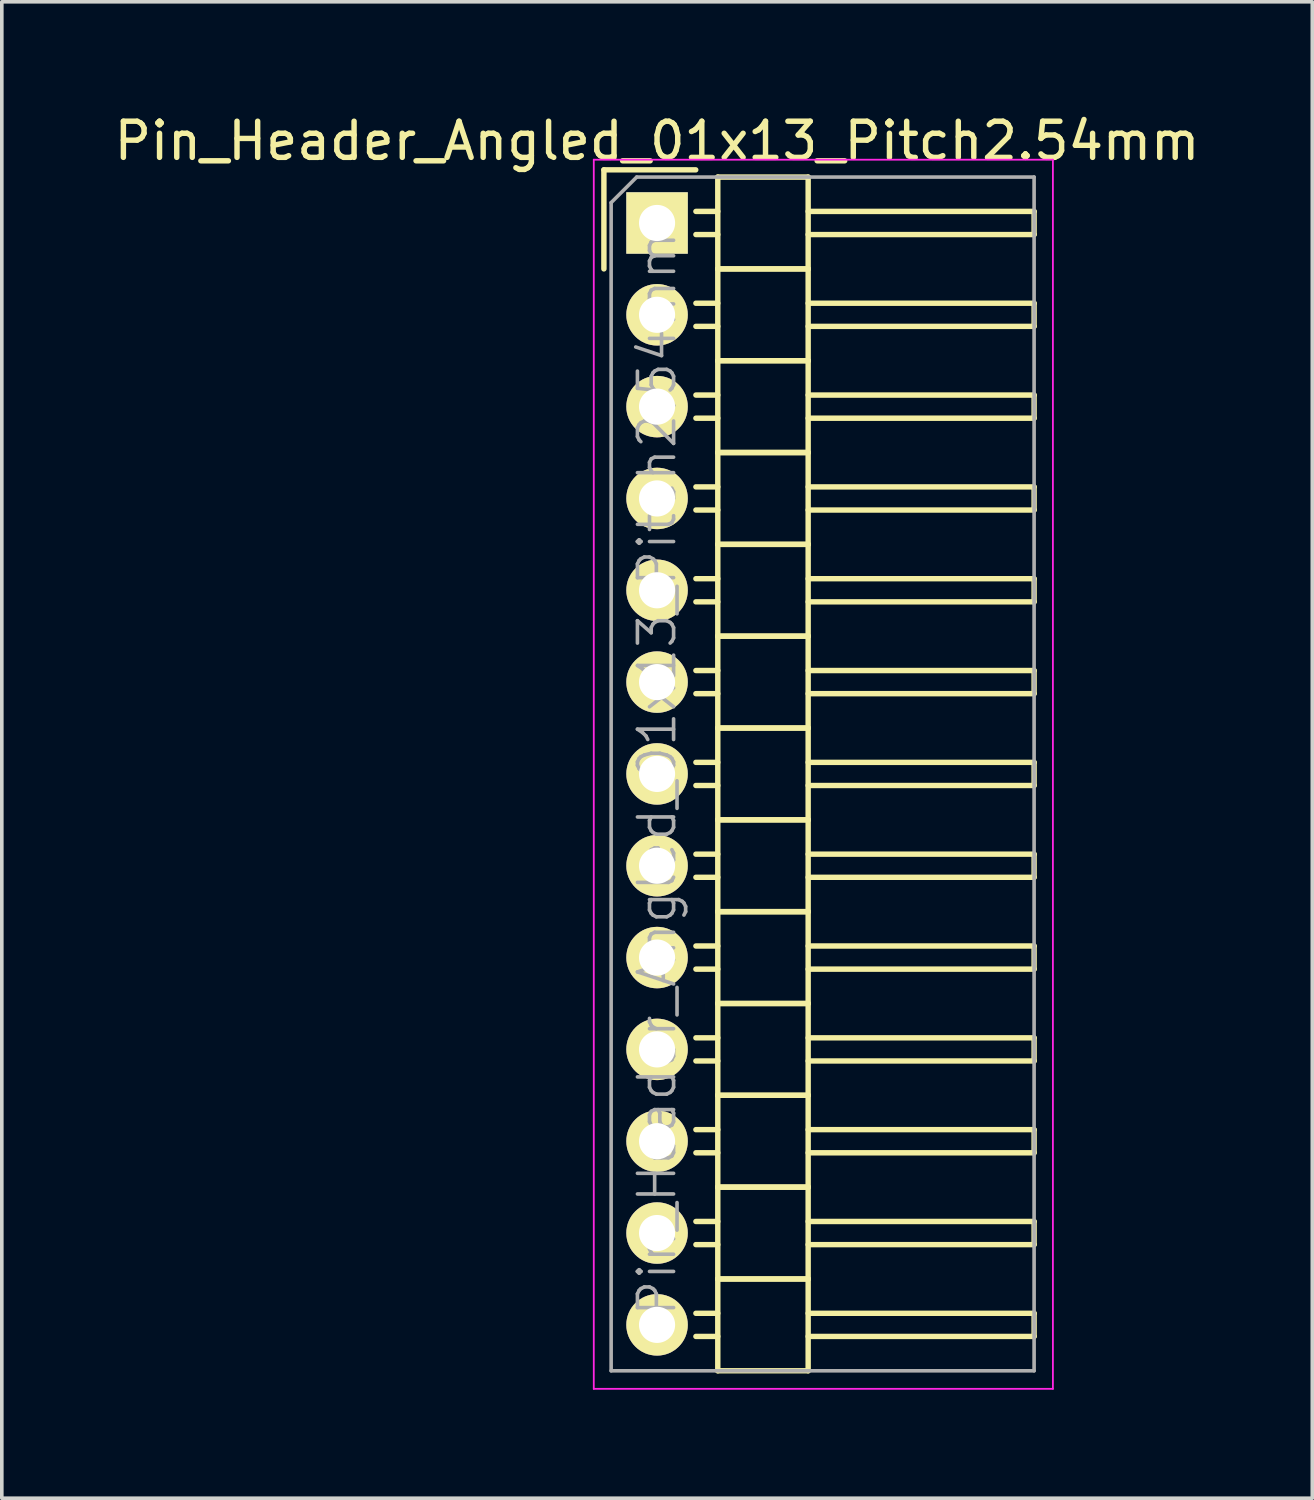
<source format=kicad_pcb>
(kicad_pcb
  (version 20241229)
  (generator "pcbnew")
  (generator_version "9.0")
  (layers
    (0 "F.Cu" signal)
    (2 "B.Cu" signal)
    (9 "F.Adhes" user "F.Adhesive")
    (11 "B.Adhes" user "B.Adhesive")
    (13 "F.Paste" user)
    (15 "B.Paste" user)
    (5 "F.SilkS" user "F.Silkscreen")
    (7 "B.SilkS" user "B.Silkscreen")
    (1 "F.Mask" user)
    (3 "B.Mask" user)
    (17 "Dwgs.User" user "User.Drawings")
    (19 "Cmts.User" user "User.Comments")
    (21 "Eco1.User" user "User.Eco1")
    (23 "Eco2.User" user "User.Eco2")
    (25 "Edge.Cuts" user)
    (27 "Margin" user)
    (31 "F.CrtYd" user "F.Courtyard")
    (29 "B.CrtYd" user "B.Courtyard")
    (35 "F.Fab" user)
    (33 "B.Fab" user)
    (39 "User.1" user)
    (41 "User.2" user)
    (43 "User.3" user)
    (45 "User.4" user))
  (footprint "Pin_Header_Angled_01x13_Pitch2.54mm"
    (layer "F.Cu")
    (at 15.125 3.118)
    (property "Reference" "Pin_Header_Angled_01x13_Pitch2.54mm" (at 0 -2.27 0) (layer "F.SilkS") (effects (font (size 1 1) (thickness 0.15))))
    (attr smd)
    (fp_line (start -1.47 -1.47) (end -1.47 1.27) (stroke (width 0.15) (type solid)) (layer "F.SilkS"))
    (fp_line (start -1.47 -1.47) (end 1.07 -1.47) (stroke (width 0.15) (type solid)) (layer "F.SilkS"))
    (fp_line (start 1.68 -0.32) (end 1.075 -0.32) (stroke (width 0.15) (type solid)) (layer "F.SilkS"))
    (fp_line (start 1.68 0.32) (end 1.075 0.32) (stroke (width 0.15) (type solid)) (layer "F.SilkS"))
    (fp_line (start 1.68 1.27) (end 1.68 -1.27) (stroke (width 0.15) (type solid)) (layer "F.SilkS"))
    (fp_line (start 1.68 2.22) (end 1.075 2.22) (stroke (width 0.15) (type solid)) (layer "F.SilkS"))
    (fp_line (start 1.68 2.86) (end 1.075 2.86) (stroke (width 0.15) (type solid)) (layer "F.SilkS"))
    (fp_line (start 1.68 3.81) (end 1.68 1.27) (stroke (width 0.15) (type solid)) (layer "F.SilkS"))
    (fp_line (start 1.68 4.76) (end 1.075 4.76) (stroke (width 0.15) (type solid)) (layer "F.SilkS"))
    (fp_line (start 1.68 5.4) (end 1.075 5.4) (stroke (width 0.15) (type solid)) (layer "F.SilkS"))
    (fp_line (start 1.68 6.35) (end 1.68 3.81) (stroke (width 0.15) (type solid)) (layer "F.SilkS"))
    (fp_line (start 1.68 7.3) (end 1.075 7.3) (stroke (width 0.15) (type solid)) (layer "F.SilkS"))
    (fp_line (start 1.68 7.94) (end 1.075 7.94) (stroke (width 0.15) (type solid)) (layer "F.SilkS"))
    (fp_line (start 1.68 8.89) (end 1.68 6.35) (stroke (width 0.15) (type solid)) (layer "F.SilkS"))
    (fp_line (start 1.68 9.84) (end 1.075 9.84) (stroke (width 0.15) (type solid)) (layer "F.SilkS"))
    (fp_line (start 1.68 10.48) (end 1.075 10.48) (stroke (width 0.15) (type solid)) (layer "F.SilkS"))
    (fp_line (start 1.68 11.43) (end 1.68 8.89) (stroke (width 0.15) (type solid)) (layer "F.SilkS"))
    (fp_line (start 1.68 12.38) (end 1.075 12.38) (stroke (width 0.15) (type solid)) (layer "F.SilkS"))
    (fp_line (start 1.68 13.02) (end 1.075 13.02) (stroke (width 0.15) (type solid)) (layer "F.SilkS"))
    (fp_line (start 1.68 13.97) (end 1.68 11.43) (stroke (width 0.15) (type solid)) (layer "F.SilkS"))
    (fp_line (start 1.68 14.92) (end 1.075 14.92) (stroke (width 0.15) (type solid)) (layer "F.SilkS"))
    (fp_line (start 1.68 15.56) (end 1.075 15.56) (stroke (width 0.15) (type solid)) (layer "F.SilkS"))
    (fp_line (start 1.68 16.51) (end 1.68 13.97) (stroke (width 0.15) (type solid)) (layer "F.SilkS"))
    (fp_line (start 1.68 17.46) (end 1.075 17.46) (stroke (width 0.15) (type solid)) (layer "F.SilkS"))
    (fp_line (start 1.68 18.1) (end 1.075 18.1) (stroke (width 0.15) (type solid)) (layer "F.SilkS"))
    (fp_line (start 1.68 19.05) (end 1.68 16.51) (stroke (width 0.15) (type solid)) (layer "F.SilkS"))
    (fp_line (start 1.68 20) (end 1.075 20) (stroke (width 0.15) (type solid)) (layer "F.SilkS"))
    (fp_line (start 1.68 20.64) (end 1.075 20.64) (stroke (width 0.15) (type solid)) (layer "F.SilkS"))
    (fp_line (start 1.68 21.59) (end 1.68 19.05) (stroke (width 0.15) (type solid)) (layer "F.SilkS"))
    (fp_line (start 1.68 22.54) (end 1.075 22.54) (stroke (width 0.15) (type solid)) (layer "F.SilkS"))
    (fp_line (start 1.68 23.18) (end 1.075 23.18) (stroke (width 0.15) (type solid)) (layer "F.SilkS"))
    (fp_line (start 1.68 24.13) (end 1.68 21.59) (stroke (width 0.15) (type solid)) (layer "F.SilkS"))
    (fp_line (start 1.68 25.08) (end 1.075 25.08) (stroke (width 0.15) (type solid)) (layer "F.SilkS"))
    (fp_line (start 1.68 25.72) (end 1.075 25.72) (stroke (width 0.15) (type solid)) (layer "F.SilkS"))
    (fp_line (start 1.68 26.67) (end 1.68 24.13) (stroke (width 0.15) (type solid)) (layer "F.SilkS"))
    (fp_line (start 1.68 27.62) (end 1.075 27.62) (stroke (width 0.15) (type solid)) (layer "F.SilkS"))
    (fp_line (start 1.68 28.26) (end 1.075 28.26) (stroke (width 0.15) (type solid)) (layer "F.SilkS"))
    (fp_line (start 1.68 29.21) (end 1.68 26.67) (stroke (width 0.15) (type solid)) (layer "F.SilkS"))
    (fp_line (start 1.68 30.16) (end 1.075 30.16) (stroke (width 0.15) (type solid)) (layer "F.SilkS"))
    (fp_line (start 1.68 30.8) (end 1.075 30.8) (stroke (width 0.15) (type solid)) (layer "F.SilkS"))
    (fp_line (start 1.68 31.75) (end 1.68 29.21) (stroke (width 0.15) (type solid)) (layer "F.SilkS"))
    (fp_line (start 4.18 -1.27) (end 1.68 -1.27) (stroke (width 0.15) (type solid)) (layer "F.SilkS"))
    (fp_line (start 4.18 -0.32) (end 10.43 -0.32) (stroke (width 0.15) (type solid)) (layer "F.SilkS"))
    (fp_line (start 4.18 0.32) (end 10.43 0.32) (stroke (width 0.15) (type solid)) (layer "F.SilkS"))
    (fp_line (start 4.18 1.27) (end 1.68 1.27) (stroke (width 0.15) (type solid)) (layer "F.SilkS"))
    (fp_line (start 4.18 1.27) (end 1.68 1.27) (stroke (width 0.15) (type solid)) (layer "F.SilkS"))
    (fp_line (start 4.18 1.27) (end 4.18 -1.27) (stroke (width 0.15) (type solid)) (layer "F.SilkS"))
    (fp_line (start 4.18 2.22) (end 10.43 2.22) (stroke (width 0.15) (type solid)) (layer "F.SilkS"))
    (fp_line (start 4.18 2.86) (end 10.43 2.86) (stroke (width 0.15) (type solid)) (layer "F.SilkS"))
    (fp_line (start 4.18 3.81) (end 1.68 3.81) (stroke (width 0.15) (type solid)) (layer "F.SilkS"))
    (fp_line (start 4.18 3.81) (end 1.68 3.81) (stroke (width 0.15) (type solid)) (layer "F.SilkS"))
    (fp_line (start 4.18 3.81) (end 4.18 1.27) (stroke (width 0.15) (type solid)) (layer "F.SilkS"))
    (fp_line (start 4.18 4.76) (end 10.43 4.76) (stroke (width 0.15) (type solid)) (layer "F.SilkS"))
    (fp_line (start 4.18 5.4) (end 10.43 5.4) (stroke (width 0.15) (type solid)) (layer "F.SilkS"))
    (fp_line (start 4.18 6.35) (end 1.68 6.35) (stroke (width 0.15) (type solid)) (layer "F.SilkS"))
    (fp_line (start 4.18 6.35) (end 1.68 6.35) (stroke (width 0.15) (type solid)) (layer "F.SilkS"))
    (fp_line (start 4.18 6.35) (end 4.18 3.81) (stroke (width 0.15) (type solid)) (layer "F.SilkS"))
    (fp_line (start 4.18 7.3) (end 10.43 7.3) (stroke (width 0.15) (type solid)) (layer "F.SilkS"))
    (fp_line (start 4.18 7.94) (end 10.43 7.94) (stroke (width 0.15) (type solid)) (layer "F.SilkS"))
    (fp_line (start 4.18 8.89) (end 1.68 8.89) (stroke (width 0.15) (type solid)) (layer "F.SilkS"))
    (fp_line (start 4.18 8.89) (end 1.68 8.89) (stroke (width 0.15) (type solid)) (layer "F.SilkS"))
    (fp_line (start 4.18 8.89) (end 4.18 6.35) (stroke (width 0.15) (type solid)) (layer "F.SilkS"))
    (fp_line (start 4.18 9.84) (end 10.43 9.84) (stroke (width 0.15) (type solid)) (layer "F.SilkS"))
    (fp_line (start 4.18 10.48) (end 10.43 10.48) (stroke (width 0.15) (type solid)) (layer "F.SilkS"))
    (fp_line (start 4.18 11.43) (end 1.68 11.43) (stroke (width 0.15) (type solid)) (layer "F.SilkS"))
    (fp_line (start 4.18 11.43) (end 1.68 11.43) (stroke (width 0.15) (type solid)) (layer "F.SilkS"))
    (fp_line (start 4.18 11.43) (end 4.18 8.89) (stroke (width 0.15) (type solid)) (layer "F.SilkS"))
    (fp_line (start 4.18 12.38) (end 10.43 12.38) (stroke (width 0.15) (type solid)) (layer "F.SilkS"))
    (fp_line (start 4.18 13.02) (end 10.43 13.02) (stroke (width 0.15) (type solid)) (layer "F.SilkS"))
    (fp_line (start 4.18 13.97) (end 1.68 13.97) (stroke (width 0.15) (type solid)) (layer "F.SilkS"))
    (fp_line (start 4.18 13.97) (end 1.68 13.97) (stroke (width 0.15) (type solid)) (layer "F.SilkS"))
    (fp_line (start 4.18 13.97) (end 4.18 11.43) (stroke (width 0.15) (type solid)) (layer "F.SilkS"))
    (fp_line (start 4.18 14.92) (end 10.43 14.92) (stroke (width 0.15) (type solid)) (layer "F.SilkS"))
    (fp_line (start 4.18 15.56) (end 10.43 15.56) (stroke (width 0.15) (type solid)) (layer "F.SilkS"))
    (fp_line (start 4.18 16.51) (end 1.68 16.51) (stroke (width 0.15) (type solid)) (layer "F.SilkS"))
    (fp_line (start 4.18 16.51) (end 1.68 16.51) (stroke (width 0.15) (type solid)) (layer "F.SilkS"))
    (fp_line (start 4.18 16.51) (end 4.18 13.97) (stroke (width 0.15) (type solid)) (layer "F.SilkS"))
    (fp_line (start 4.18 17.46) (end 10.43 17.46) (stroke (width 0.15) (type solid)) (layer "F.SilkS"))
    (fp_line (start 4.18 18.1) (end 10.43 18.1) (stroke (width 0.15) (type solid)) (layer "F.SilkS"))
    (fp_line (start 4.18 19.05) (end 1.68 19.05) (stroke (width 0.15) (type solid)) (layer "F.SilkS"))
    (fp_line (start 4.18 19.05) (end 1.68 19.05) (stroke (width 0.15) (type solid)) (layer "F.SilkS"))
    (fp_line (start 4.18 19.05) (end 4.18 16.51) (stroke (width 0.15) (type solid)) (layer "F.SilkS"))
    (fp_line (start 4.18 20) (end 10.43 20) (stroke (width 0.15) (type solid)) (layer "F.SilkS"))
    (fp_line (start 4.18 20.64) (end 10.43 20.64) (stroke (width 0.15) (type solid)) (layer "F.SilkS"))
    (fp_line (start 4.18 21.59) (end 1.68 21.59) (stroke (width 0.15) (type solid)) (layer "F.SilkS"))
    (fp_line (start 4.18 21.59) (end 1.68 21.59) (stroke (width 0.15) (type solid)) (layer "F.SilkS"))
    (fp_line (start 4.18 21.59) (end 4.18 19.05) (stroke (width 0.15) (type solid)) (layer "F.SilkS"))
    (fp_line (start 4.18 22.54) (end 10.43 22.54) (stroke (width 0.15) (type solid)) (layer "F.SilkS"))
    (fp_line (start 4.18 23.18) (end 10.43 23.18) (stroke (width 0.15) (type solid)) (layer "F.SilkS"))
    (fp_line (start 4.18 24.13) (end 1.68 24.13) (stroke (width 0.15) (type solid)) (layer "F.SilkS"))
    (fp_line (start 4.18 24.13) (end 1.68 24.13) (stroke (width 0.15) (type solid)) (layer "F.SilkS"))
    (fp_line (start 4.18 24.13) (end 4.18 21.59) (stroke (width 0.15) (type solid)) (layer "F.SilkS"))
    (fp_line (start 4.18 25.08) (end 10.43 25.08) (stroke (width 0.15) (type solid)) (layer "F.SilkS"))
    (fp_line (start 4.18 25.72) (end 10.43 25.72) (stroke (width 0.15) (type solid)) (layer "F.SilkS"))
    (fp_line (start 4.18 26.67) (end 1.68 26.67) (stroke (width 0.15) (type solid)) (layer "F.SilkS"))
    (fp_line (start 4.18 26.67) (end 1.68 26.67) (stroke (width 0.15) (type solid)) (layer "F.SilkS"))
    (fp_line (start 4.18 26.67) (end 4.18 24.13) (stroke (width 0.15) (type solid)) (layer "F.SilkS"))
    (fp_line (start 4.18 27.62) (end 10.43 27.62) (stroke (width 0.15) (type solid)) (layer "F.SilkS"))
    (fp_line (start 4.18 28.26) (end 10.43 28.26) (stroke (width 0.15) (type solid)) (layer "F.SilkS"))
    (fp_line (start 4.18 29.21) (end 1.68 29.21) (stroke (width 0.15) (type solid)) (layer "F.SilkS"))
    (fp_line (start 4.18 29.21) (end 1.68 29.21) (stroke (width 0.15) (type solid)) (layer "F.SilkS"))
    (fp_line (start 4.18 29.21) (end 4.18 26.67) (stroke (width 0.15) (type solid)) (layer "F.SilkS"))
    (fp_line (start 4.18 30.16) (end 10.43 30.16) (stroke (width 0.15) (type solid)) (layer "F.SilkS"))
    (fp_line (start 4.18 30.8) (end 10.43 30.8) (stroke (width 0.15) (type solid)) (layer "F.SilkS"))
    (fp_line (start 4.18 31.75) (end 1.68 31.75) (stroke (width 0.15) (type solid)) (layer "F.SilkS"))
    (fp_line (start 4.18 31.75) (end 4.18 29.21) (stroke (width 0.15) (type solid)) (layer "F.SilkS"))
    (fp_line (start 10.43 0.32) (end 10.43 -0.32) (stroke (width 0.15) (type solid)) (layer "F.SilkS"))
    (fp_line (start 10.43 2.86) (end 10.43 2.22) (stroke (width 0.15) (type solid)) (layer "F.SilkS"))
    (fp_line (start 10.43 5.4) (end 10.43 4.76) (stroke (width 0.15) (type solid)) (layer "F.SilkS"))
    (fp_line (start 10.43 7.94) (end 10.43 7.3) (stroke (width 0.15) (type solid)) (layer "F.SilkS"))
    (fp_line (start 10.43 10.48) (end 10.43 9.84) (stroke (width 0.15) (type solid)) (layer "F.SilkS"))
    (fp_line (start 10.43 13.02) (end 10.43 12.38) (stroke (width 0.15) (type solid)) (layer "F.SilkS"))
    (fp_line (start 10.43 15.56) (end 10.43 14.92) (stroke (width 0.15) (type solid)) (layer "F.SilkS"))
    (fp_line (start 10.43 18.1) (end 10.43 17.46) (stroke (width 0.15) (type solid)) (layer "F.SilkS"))
    (fp_line (start 10.43 20.64) (end 10.43 20) (stroke (width 0.15) (type solid)) (layer "F.SilkS"))
    (fp_line (start 10.43 23.18) (end 10.43 22.54) (stroke (width 0.15) (type solid)) (layer "F.SilkS"))
    (fp_line (start 10.43 25.72) (end 10.43 25.08) (stroke (width 0.15) (type solid)) (layer "F.SilkS"))
    (fp_line (start 10.43 28.26) (end 10.43 27.62) (stroke (width 0.15) (type solid)) (layer "F.SilkS"))
    (fp_line (start 10.43 30.8) (end 10.43 30.16) (stroke (width 0.15) (type solid)) (layer "F.SilkS"))
    (fp_line (start -1.75 -1.75) (end -1.75 32.25) (stroke (width 0.05) (type solid)) (layer "F.CrtYd"))
    (fp_line (start 10.95 -1.75) (end -1.75 -1.75) (stroke (width 0.05) (type solid)) (layer "F.CrtYd"))
    (fp_line (start 10.95 -1.75) (end 10.95 32.25) (stroke (width 0.05) (type solid)) (layer "F.CrtYd"))
    (fp_line (start 10.95 32.25) (end -1.75 32.25) (stroke (width 0.05) (type solid)) (layer "F.CrtYd"))
    (fp_line (start -1.27 -0.563) (end -0.563 -1.27) (stroke (width 0.1) (type solid)) (layer "F.Fab"))
    (fp_line (start -1.27 31.75) (end -1.27 -0.563) (stroke (width 0.1) (type solid)) (layer "F.Fab"))
    (fp_line (start 10.43 -1.27) (end -0.563 -1.27) (stroke (width 0.1) (type solid)) (layer "F.Fab"))
    (fp_line (start 10.43 31.75) (end -1.27 31.75) (stroke (width 0.1) (type solid)) (layer "F.Fab"))
    (fp_line (start 10.43 31.75) (end 10.43 -1.27) (stroke (width 0.1) (type solid)) (layer "F.Fab"))
    (fp_text user "${REFERENCE}" (at 0 15.24 90) (layer "F.Fab") (effects (font (size 1 1) (thickness 0.1))))
    (pad "1" thru_hole rect (at 0 0) (size 1.7 1.7) (drill 1) (layers "*.Cu" "*.Mask" "F.SilkS"))
    (pad "2" thru_hole oval (at 0 2.54) (size 1.7 1.7) (drill 1) (layers "*.Cu" "*.Mask" "F.SilkS"))
    (pad "3" thru_hole oval (at 0 5.08) (size 1.7 1.7) (drill 1) (layers "*.Cu" "*.Mask" "F.SilkS"))
    (pad "4" thru_hole oval (at 0 7.62) (size 1.7 1.7) (drill 1) (layers "*.Cu" "*.Mask" "F.SilkS"))
    (pad "5" thru_hole oval (at 0 10.16) (size 1.7 1.7) (drill 1) (layers "*.Cu" "*.Mask" "F.SilkS"))
    (pad "6" thru_hole oval (at 0 12.7) (size 1.7 1.7) (drill 1) (layers "*.Cu" "*.Mask" "F.SilkS"))
    (pad "7" thru_hole oval (at 0 15.24) (size 1.7 1.7) (drill 1) (layers "*.Cu" "*.Mask" "F.SilkS"))
    (pad "8" thru_hole oval (at 0 17.78) (size 1.7 1.7) (drill 1) (layers "*.Cu" "*.Mask" "F.SilkS"))
    (pad "9" thru_hole oval (at 0 20.32) (size 1.7 1.7) (drill 1) (layers "*.Cu" "*.Mask" "F.SilkS"))
    (pad "10" thru_hole oval (at 0 22.86) (size 1.7 1.7) (drill 1) (layers "*.Cu" "*.Mask" "F.SilkS"))
    (pad "11" thru_hole oval (at 0 25.4) (size 1.7 1.7) (drill 1) (layers "*.Cu" "*.Mask" "F.SilkS"))
    (pad "12" thru_hole oval (at 0 27.94) (size 1.7 1.7) (drill 1) (layers "*.Cu" "*.Mask" "F.SilkS"))
    (pad "13" thru_hole oval (at 0 30.48) (size 1.7 1.7) (drill 1) (layers "*.Cu" "*.Mask" "F.SilkS")))
  (gr_rect
    (start -3 -3)
    (end 33.25 38.393)
    (stroke (width 0.1) (type default))
    (fill no)
    (layer "Edge.Cuts")))
</source>
